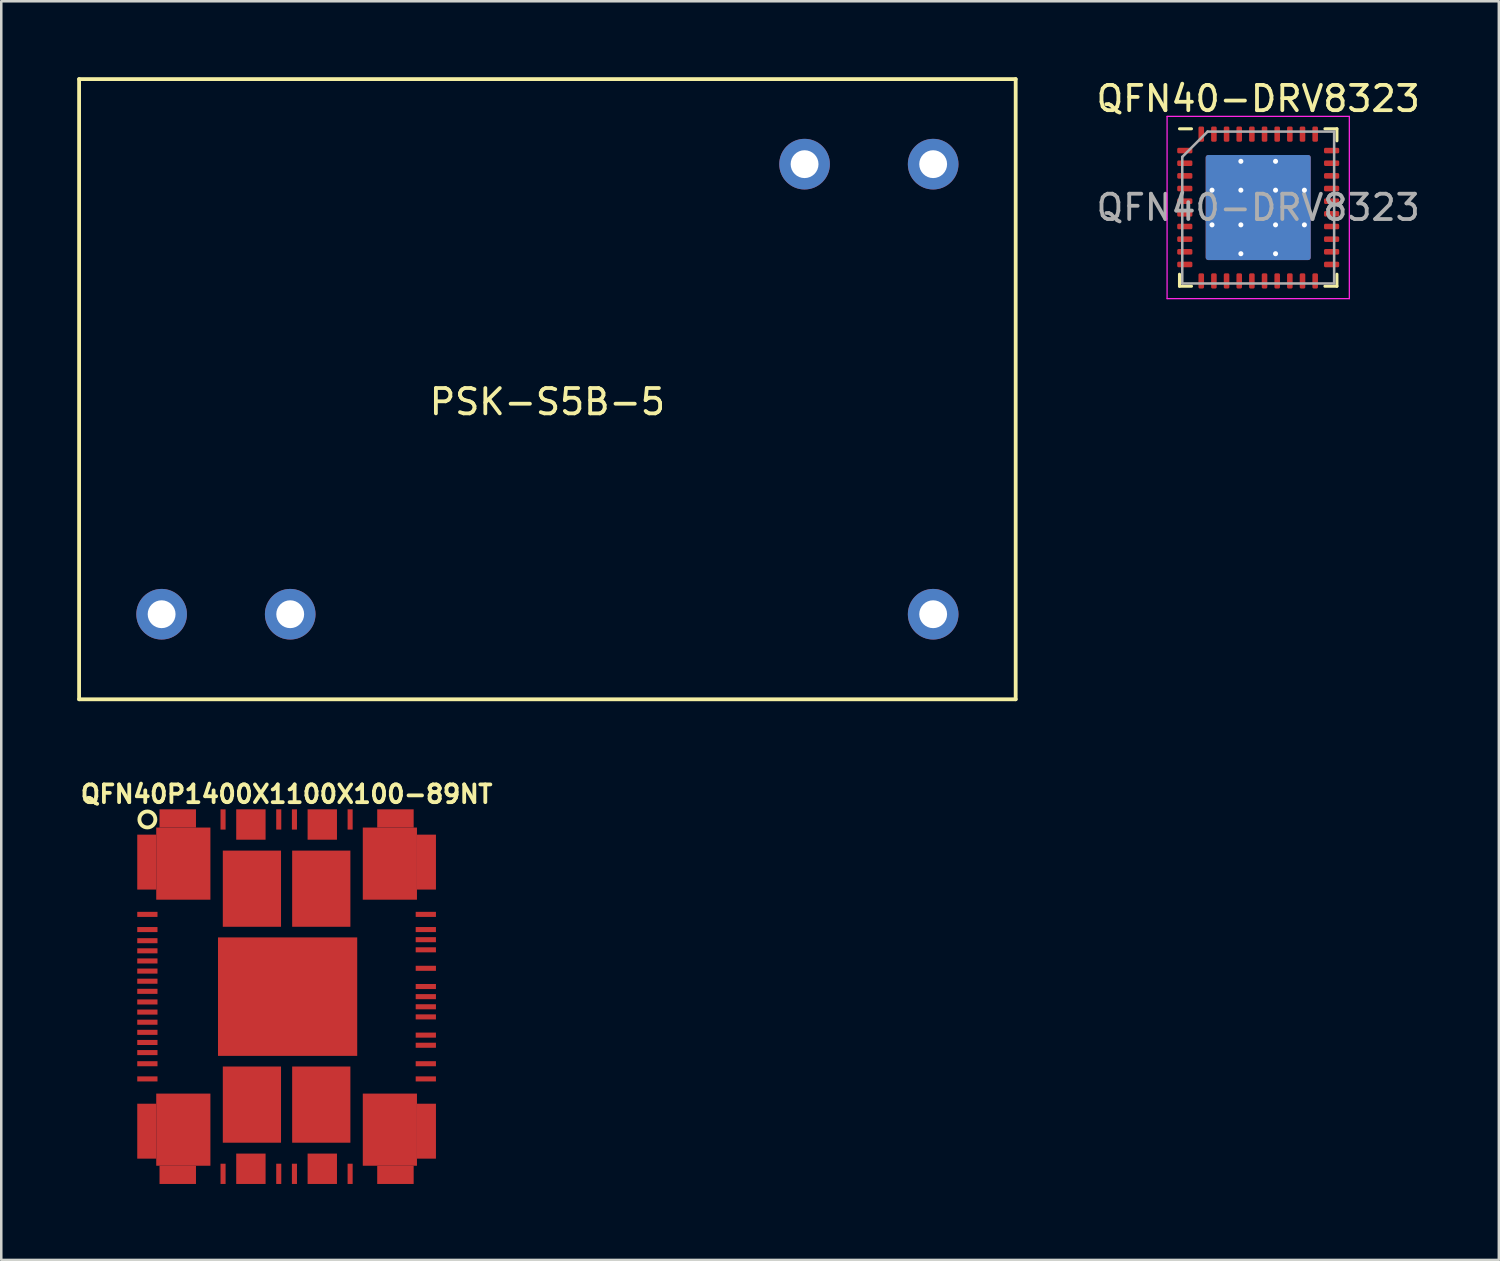
<source format=kicad_pcb>
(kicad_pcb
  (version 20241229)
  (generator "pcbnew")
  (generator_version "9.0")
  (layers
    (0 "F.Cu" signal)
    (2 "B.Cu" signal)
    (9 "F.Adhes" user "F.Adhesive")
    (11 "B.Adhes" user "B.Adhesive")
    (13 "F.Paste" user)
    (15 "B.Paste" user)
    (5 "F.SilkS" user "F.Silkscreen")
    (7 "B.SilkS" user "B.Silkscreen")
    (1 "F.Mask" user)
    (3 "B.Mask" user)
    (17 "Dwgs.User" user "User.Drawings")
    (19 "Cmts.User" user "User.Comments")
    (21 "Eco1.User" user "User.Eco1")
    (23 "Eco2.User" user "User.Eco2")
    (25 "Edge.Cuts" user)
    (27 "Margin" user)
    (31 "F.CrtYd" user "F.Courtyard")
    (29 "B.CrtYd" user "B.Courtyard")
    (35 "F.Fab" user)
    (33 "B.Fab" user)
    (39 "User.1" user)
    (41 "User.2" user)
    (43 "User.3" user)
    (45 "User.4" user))
  (footprint "QFN40P1400X1100X100-89NT"
    (layer "F.Cu")
    (at 8.272 36.323)
    (property "Reference" "QFN40P1400X1100X100-89NT" (at 0 -8 0) (layer "F.SilkS") (effects (font (size 0.7 0.7) (thickness 0.15))))
    (attr through_hole)
    (fp_circle (center -5.5 -7) (end -5.4 -6.7) (stroke (width 0.152) (type solid)) (fill no) (layer "F.SilkS"))
    (pad "7" smd rect (at -5.5 -3.25) (size 0.8 0.2) (layers "F.Cu" "F.Mask" "F.Paste"))
    (pad "8" smd rect (at -5.5 -2.65) (size 0.8 0.2) (layers "F.Cu" "F.Mask" "F.Paste"))
    (pad "9" smd rect (at -5.5 -2.21) (size 0.8 0.2) (layers "F.Cu" "F.Mask" "F.Paste"))
    (pad "10" smd rect (at -5.5 -1.81) (size 0.8 0.2) (layers "F.Cu" "F.Mask" "F.Paste"))
    (pad "11" smd rect (at -5.5 -1.41) (size 0.8 0.2) (layers "F.Cu" "F.Mask" "F.Paste"))
    (pad "12" smd rect (at -5.5 -1.01) (size 0.8 0.2) (layers "F.Cu" "F.Mask" "F.Paste"))
    (pad "13" smd rect (at -5.5 -0.61) (size 0.8 0.2) (layers "F.Cu" "F.Mask" "F.Paste"))
    (pad "14" smd rect (at -5.5 -0.21) (size 0.8 0.2) (layers "F.Cu" "F.Mask" "F.Paste"))
    (pad "15" smd rect (at -5.5 0.21) (size 0.8 0.2) (layers "F.Cu" "F.Mask" "F.Paste"))
    (pad "16" smd rect (at -5.5 0.61) (size 0.8 0.2) (layers "F.Cu" "F.Mask" "F.Paste"))
    (pad "17" smd rect (at -5.5 1.01) (size 0.8 0.2) (layers "F.Cu" "F.Mask" "F.Paste"))
    (pad "18" smd rect (at -5.5 1.41) (size 0.8 0.2) (layers "F.Cu" "F.Mask" "F.Paste"))
    (pad "19" smd rect (at -5.5 1.81) (size 0.8 0.2) (layers "F.Cu" "F.Mask" "F.Paste"))
    (pad "20" smd rect (at -5.5 2.21) (size 0.8 0.2) (layers "F.Cu" "F.Mask" "F.Paste"))
    (pad "21" smd rect (at -5.5 2.65) (size 0.8 0.2) (layers "F.Cu" "F.Mask" "F.Paste"))
    (pad "22" smd rect (at -5.5 3.25) (size 0.8 0.2) (layers "F.Cu" "F.Mask" "F.Paste"))
    (pad "33" smd rect (at -2.51 7) (size 0.2 0.8) (layers "F.Cu" "F.Mask" "F.Paste"))
    (pad "37" smd rect (at -0.31 7) (size 0.2 0.8) (layers "F.Cu" "F.Mask" "F.Paste"))
    (pad "38" smd rect (at 0.31 7) (size 0.2 0.8) (layers "F.Cu" "F.Mask" "F.Paste"))
    (pad "42" smd rect (at 2.51 7) (size 0.2 0.8) (layers "F.Cu" "F.Mask" "F.Paste"))
    (pad "53" smd rect (at 5.5 3.25) (size 0.8 0.2) (layers "F.Cu" "F.Mask" "F.Paste"))
    (pad "54" smd rect (at 5.5 2.65) (size 0.8 0.2) (layers "F.Cu" "F.Mask" "F.Paste"))
    (pad "55" smd rect (at 5.5 1.92) (size 0.8 0.2) (layers "F.Cu" "F.Mask" "F.Paste"))
    (pad "56" smd rect (at 5.5 1.52) (size 0.8 0.2) (layers "F.Cu" "F.Mask" "F.Paste"))
    (pad "57" smd rect (at 5.5 0.8) (size 0.8 0.2) (layers "F.Cu" "F.Mask" "F.Paste"))
    (pad "58" smd rect (at 5.5 0.4) (size 0.8 0.2) (layers "F.Cu" "F.Mask" "F.Paste"))
    (pad "59" smd rect (at 5.5 0) (size 0.8 0.2) (layers "F.Cu" "F.Mask" "F.Paste"))
    (pad "60" smd rect (at 5.5 -0.4) (size 0.8 0.2) (layers "F.Cu" "F.Mask" "F.Paste"))
    (pad "61" smd rect (at 5.5 -1.12) (size 0.8 0.2) (layers "F.Cu" "F.Mask" "F.Paste"))
    (pad "62" smd rect (at 5.5 -1.85) (size 0.8 0.2) (layers "F.Cu" "F.Mask" "F.Paste"))
    (pad "63" smd rect (at 5.5 -2.25) (size 0.8 0.2) (layers "F.Cu" "F.Mask" "F.Paste"))
    (pad "64" smd rect (at 5.5 -2.65) (size 0.8 0.2) (layers "F.Cu" "F.Mask" "F.Paste"))
    (pad "65" smd rect (at 5.5 -3.25) (size 0.8 0.2) (layers "F.Cu" "F.Mask" "F.Paste"))
    (pad "76" smd rect (at 2.51 -7) (size 0.2 0.8) (layers "F.Cu" "F.Mask" "F.Paste"))
    (pad "80" smd rect (at 0.31 -7) (size 0.2 0.8) (layers "F.Cu" "F.Mask" "F.Paste"))
    (pad "81" smd rect (at -0.31 -7) (size 0.2 0.8) (layers "F.Cu" "F.Mask" "F.Paste"))
    (pad "82" smd rect (at -2.51 -7) (size 0.2 0.8) (layers "F.Cu" "F.Mask" "F.Paste"))
    (pad "EP1" smd rect (at -5.525 -5.315) (size 0.75 2.17) (layers "F.Cu" "F.Mask" "F.Paste"))
    (pad "EP1" smd rect (at -4.3 -7.04) (size 1.44 0.72) (layers "F.Cu" "F.Mask" "F.Paste"))
    (pad "EP1" smd rect (at -4.08 -5.255) (size 2.14 2.85) (layers "F.Cu" "F.Mask" "F.Paste"))
    (pad "EP2" smd rect (at -5.525 5.315) (size 0.75 2.17) (layers "F.Cu" "F.Mask" "F.Paste"))
    (pad "EP2" smd rect (at -4.3 7.04) (size 1.44 0.72) (layers "F.Cu" "F.Mask" "F.Paste"))
    (pad "EP2" smd rect (at -4.08 5.255) (size 2.14 2.85) (layers "F.Cu" "F.Mask" "F.Paste"))
    (pad "EP3" smd rect (at -1.37 4.265) (size 2.3 3.01) (layers "F.Cu" "F.Mask" "F.Paste"))
    (pad "EP4" smd rect (at 1.37 4.265) (size 2.3 3.01) (layers "F.Cu" "F.Mask" "F.Paste"))
    (pad "EP5" smd rect (at 4.08 5.255) (size 2.14 2.85) (layers "F.Cu" "F.Mask" "F.Paste"))
    (pad "EP5" smd rect (at 4.3 7.04) (size 1.44 0.72) (layers "F.Cu" "F.Mask" "F.Paste"))
    (pad "EP5" smd rect (at 5.525 5.315) (size 0.75 2.17) (layers "F.Cu" "F.Mask" "F.Paste"))
    (pad "EP6" smd rect (at 4.08 -5.255) (size 2.14 2.85) (layers "F.Cu" "F.Mask" "F.Paste"))
    (pad "EP6" smd rect (at 4.3 -7.04) (size 1.44 0.72) (layers "F.Cu" "F.Mask" "F.Paste"))
    (pad "EP6" smd rect (at 5.525 -5.315) (size 0.75 2.17) (layers "F.Cu" "F.Mask" "F.Paste"))
    (pad "EP7" smd rect (at 1.37 -4.265) (size 2.3 3.01) (layers "F.Cu" "F.Mask" "F.Paste"))
    (pad "EP8" smd rect (at -1.37 -4.265) (size 2.3 3.01) (layers "F.Cu" "F.Mask" "F.Paste"))
    (pad "EP9" smd rect (at 0.04 0) (size 5.5 4.68) (layers "F.Cu" "F.Mask" "F.Paste"))
    (pad "EP10" smd rect (at -1.41 6.8) (size 1.16 1.2) (layers "F.Cu" "F.Mask" "F.Paste"))
    (pad "EP11" smd rect (at 1.41 6.8) (size 1.16 1.2) (layers "F.Cu" "F.Mask" "F.Paste"))
    (pad "EP12" smd rect (at 1.41 -6.8) (size 1.16 1.2) (layers "F.Cu" "F.Mask" "F.Paste"))
    (pad "EP13" smd rect (at -1.41 -6.8) (size 1.16 1.2) (layers "F.Cu" "F.Mask" "F.Paste")))
  (footprint "PSK-S5B-5"
    (layer "F.Cu")
    (at 18.575 12.325)
    (property "Reference" "PSK-S5B-5" (at 0 0.5 0) (layer "F.SilkS") (effects (font (size 1 1) (thickness 0.15))))
    (attr through_hole)
    (fp_line (start -18.5 -12.25) (end -18.5 12.25) (stroke (width 0.15) (type solid)) (layer "F.SilkS"))
    (fp_line (start -18.5 -12.25) (end 18.5 -12.25) (stroke (width 0.15) (type solid)) (layer "F.SilkS"))
    (fp_line (start -18.5 12.25) (end 18.5 12.25) (stroke (width 0.15) (type solid)) (layer "F.SilkS"))
    (fp_line (start 18.5 -12.25) (end 18.5 12.25) (stroke (width 0.15) (type solid)) (layer "F.SilkS"))
    (pad "1" thru_hole circle (at -15.24 8.89) (size 2 2) (drill 1.1) (layers "*.Cu" "*.Mask"))
    (pad "3" thru_hole circle (at -10.16 8.89) (size 2 2) (drill 1.1) (layers "*.Cu" "*.Mask"))
    (pad "13" thru_hole circle (at 15.24 8.89) (size 2 2) (drill 1.1) (layers "*.Cu" "*.Mask"))
    (pad "14" thru_hole circle (at 15.24 -8.89) (size 2 2) (drill 1.1) (layers "*.Cu" "*.Mask"))
    (pad "16" thru_hole circle (at 10.16 -8.89) (size 2 2) (drill 1.1) (layers "*.Cu" "*.Mask")))
  (footprint "QFN40-DRV8323"
    (layer "F.Cu")
    (at 46.656 5.148)
    (property "Reference" "QFN40-DRV8323" (at 0 -4.3 0) (layer "F.SilkS") (effects (font (size 1 1) (thickness 0.15))))
    (attr smd)
    (fp_line (start -3.11 3.11) (end -3.11 2.635) (stroke (width 0.12) (type solid)) (layer "F.SilkS"))
    (fp_line (start -2.635 -3.11) (end -3.11 -3.11) (stroke (width 0.12) (type solid)) (layer "F.SilkS"))
    (fp_line (start -2.635 3.11) (end -3.11 3.11) (stroke (width 0.12) (type solid)) (layer "F.SilkS"))
    (fp_line (start 2.635 -3.11) (end 3.11 -3.11) (stroke (width 0.12) (type solid)) (layer "F.SilkS"))
    (fp_line (start 2.635 3.11) (end 3.11 3.11) (stroke (width 0.12) (type solid)) (layer "F.SilkS"))
    (fp_line (start 3.11 -3.11) (end 3.11 -2.635) (stroke (width 0.12) (type solid)) (layer "F.SilkS"))
    (fp_line (start 3.11 3.11) (end 3.11 2.635) (stroke (width 0.12) (type solid)) (layer "F.SilkS"))
    (fp_line (start -3.6 -3.6) (end -3.6 3.6) (stroke (width 0.05) (type solid)) (layer "F.CrtYd"))
    (fp_line (start -3.6 3.6) (end 3.6 3.6) (stroke (width 0.05) (type solid)) (layer "F.CrtYd"))
    (fp_line (start 3.6 -3.6) (end -3.6 -3.6) (stroke (width 0.05) (type solid)) (layer "F.CrtYd"))
    (fp_line (start 3.6 3.6) (end 3.6 -3.6) (stroke (width 0.05) (type solid)) (layer "F.CrtYd"))
    (fp_line (start -3 -2) (end -2 -3) (stroke (width 0.1) (type solid)) (layer "F.Fab"))
    (fp_line (start -3 3) (end -3 -2) (stroke (width 0.1) (type solid)) (layer "F.Fab"))
    (fp_line (start -2 -3) (end 3 -3) (stroke (width 0.1) (type solid)) (layer "F.Fab"))
    (fp_line (start 3 -3) (end 3 3) (stroke (width 0.1) (type solid)) (layer "F.Fab"))
    (fp_line (start 3 3) (end -3 3) (stroke (width 0.1) (type solid)) (layer "F.Fab"))
    (fp_text user "${REFERENCE}" (at 0 0 0) (layer "F.Fab") (effects (font (size 1 1) (thickness 0.15))))
    (pad "" smd custom (at -1.255 -1.255) (size 0.7 0.7) (layers "F.Paste") (options (anchor circle)) (primitives (gr_poly (pts (xy 0.397 -0.295) (xy 0.397 0.295) (xy 0.295 0.397) (xy -0.295 0.397) (xy -0.397 0.295) (xy -0.397 -0.295) (xy -0.295 -0.397) (xy 0.295 -0.397)) (width 0.245) (fill yes))))
    (pad "" smd custom (at -1.255 0) (size 0.7 0.7) (layers "F.Paste") (options (anchor circle)) (primitives (gr_poly (pts (xy 0.397 -0.295) (xy 0.397 0.295) (xy 0.295 0.397) (xy -0.295 0.397) (xy -0.397 0.295) (xy -0.397 -0.295) (xy -0.295 -0.397) (xy 0.295 -0.397)) (width 0.245) (fill yes))))
    (pad "" smd custom (at -1.255 1.255) (size 0.7 0.7) (layers "F.Paste") (options (anchor circle)) (primitives (gr_poly (pts (xy 0.397 -0.295) (xy 0.397 0.295) (xy 0.295 0.397) (xy -0.295 0.397) (xy -0.397 0.295) (xy -0.397 -0.295) (xy -0.295 -0.397) (xy 0.295 -0.397)) (width 0.245) (fill yes))))
    (pad "" smd custom (at 0 -1.255) (size 0.7 0.7) (layers "F.Paste") (options (anchor circle)) (primitives (gr_poly (pts (xy 0.397 -0.295) (xy 0.397 0.295) (xy 0.295 0.397) (xy -0.295 0.397) (xy -0.397 0.295) (xy -0.397 -0.295) (xy -0.295 -0.397) (xy 0.295 -0.397)) (width 0.245) (fill yes))))
    (pad "" smd custom (at 0 0) (size 0.7 0.7) (layers "F.Paste") (options (anchor circle)) (primitives (gr_poly (pts (xy 0.397 -0.295) (xy 0.397 0.295) (xy 0.295 0.397) (xy -0.295 0.397) (xy -0.397 0.295) (xy -0.397 -0.295) (xy -0.295 -0.397) (xy 0.295 -0.397)) (width 0.245) (fill yes))))
    (pad "" smd custom (at 0 1.255) (size 0.7 0.7) (layers "F.Paste") (options (anchor circle)) (primitives (gr_poly (pts (xy 0.397 -0.295) (xy 0.397 0.295) (xy 0.295 0.397) (xy -0.295 0.397) (xy -0.397 0.295) (xy -0.397 -0.295) (xy -0.295 -0.397) (xy 0.295 -0.397)) (width 0.245) (fill yes))))
    (pad "" smd custom (at 1.255 -1.255) (size 0.7 0.7) (layers "F.Paste") (options (anchor circle)) (primitives (gr_poly (pts (xy 0.397 -0.295) (xy 0.397 0.295) (xy 0.295 0.397) (xy -0.295 0.397) (xy -0.397 0.295) (xy -0.397 -0.295) (xy -0.295 -0.397) (xy 0.295 -0.397)) (width 0.245) (fill yes))))
    (pad "" smd custom (at 1.255 0) (size 0.7 0.7) (layers "F.Paste") (options (anchor circle)) (primitives (gr_poly (pts (xy 0.397 -0.295) (xy 0.397 0.295) (xy 0.295 0.397) (xy -0.295 0.397) (xy -0.397 0.295) (xy -0.397 -0.295) (xy -0.295 -0.397) (xy 0.295 -0.397)) (width 0.245) (fill yes))))
    (pad "" smd custom (at 1.255 1.255) (size 0.7 0.7) (layers "F.Paste") (options (anchor circle)) (primitives (gr_poly (pts (xy 0.397 -0.295) (xy 0.397 0.295) (xy 0.295 0.397) (xy -0.295 0.397) (xy -0.397 0.295) (xy -0.397 -0.295) (xy -0.295 -0.397) (xy 0.295 -0.397)) (width 0.245) (fill yes))))
    (pad "1" smd roundrect (at -2.9 -2.25) (size 0.6 0.22) (layers "F.Cu" "F.Mask" "F.Paste") (roundrect_rratio 0.25))
    (pad "2" smd roundrect (at -2.9 -1.75) (size 0.6 0.22) (layers "F.Cu" "F.Mask" "F.Paste") (roundrect_rratio 0.25))
    (pad "3" smd roundrect (at -2.9 -1.25) (size 0.6 0.22) (layers "F.Cu" "F.Mask" "F.Paste") (roundrect_rratio 0.25))
    (pad "4" smd roundrect (at -2.9 -0.75) (size 0.6 0.22) (layers "F.Cu" "F.Mask" "F.Paste") (roundrect_rratio 0.25))
    (pad "5" smd roundrect (at -2.9 -0.25) (size 0.6 0.22) (layers "F.Cu" "F.Mask" "F.Paste") (roundrect_rratio 0.25))
    (pad "6" smd roundrect (at -2.9 0.25) (size 0.6 0.22) (layers "F.Cu" "F.Mask" "F.Paste") (roundrect_rratio 0.25))
    (pad "7" smd roundrect (at -2.9 0.75) (size 0.6 0.22) (layers "F.Cu" "F.Mask" "F.Paste") (roundrect_rratio 0.25))
    (pad "8" smd roundrect (at -2.9 1.25) (size 0.6 0.22) (layers "F.Cu" "F.Mask" "F.Paste") (roundrect_rratio 0.25))
    (pad "9" smd roundrect (at -2.9 1.75) (size 0.6 0.22) (layers "F.Cu" "F.Mask" "F.Paste") (roundrect_rratio 0.25))
    (pad "10" smd roundrect (at -2.9 2.25) (size 0.6 0.22) (layers "F.Cu" "F.Mask" "F.Paste") (roundrect_rratio 0.25))
    (pad "11" smd roundrect (at -2.25 2.9) (size 0.22 0.6) (layers "F.Cu" "F.Mask" "F.Paste") (roundrect_rratio 0.25))
    (pad "12" smd roundrect (at -1.75 2.9) (size 0.22 0.6) (layers "F.Cu" "F.Mask" "F.Paste") (roundrect_rratio 0.25))
    (pad "13" smd roundrect (at -1.25 2.9) (size 0.22 0.6) (layers "F.Cu" "F.Mask" "F.Paste") (roundrect_rratio 0.25))
    (pad "14" smd roundrect (at -0.75 2.9) (size 0.22 0.6) (layers "F.Cu" "F.Mask" "F.Paste") (roundrect_rratio 0.25))
    (pad "15" smd roundrect (at -0.25 2.9) (size 0.22 0.6) (layers "F.Cu" "F.Mask" "F.Paste") (roundrect_rratio 0.25))
    (pad "16" smd roundrect (at 0.25 2.9) (size 0.22 0.6) (layers "F.Cu" "F.Mask" "F.Paste") (roundrect_rratio 0.25))
    (pad "17" smd roundrect (at 0.75 2.9) (size 0.22 0.6) (layers "F.Cu" "F.Mask" "F.Paste") (roundrect_rratio 0.25))
    (pad "18" smd roundrect (at 1.25 2.9) (size 0.22 0.6) (layers "F.Cu" "F.Mask" "F.Paste") (roundrect_rratio 0.25))
    (pad "19" smd roundrect (at 1.75 2.9) (size 0.22 0.6) (layers "F.Cu" "F.Mask" "F.Paste") (roundrect_rratio 0.25))
    (pad "20" smd roundrect (at 2.25 2.9) (size 0.22 0.6) (layers "F.Cu" "F.Mask" "F.Paste") (roundrect_rratio 0.25))
    (pad "21" smd roundrect (at 2.9 2.25) (size 0.6 0.22) (layers "F.Cu" "F.Mask" "F.Paste") (roundrect_rratio 0.25))
    (pad "22" smd roundrect (at 2.9 1.75) (size 0.6 0.22) (layers "F.Cu" "F.Mask" "F.Paste") (roundrect_rratio 0.25))
    (pad "23" smd roundrect (at 2.9 1.25) (size 0.6 0.22) (layers "F.Cu" "F.Mask" "F.Paste") (roundrect_rratio 0.25))
    (pad "24" smd roundrect (at 2.9 0.75) (size 0.6 0.22) (layers "F.Cu" "F.Mask" "F.Paste") (roundrect_rratio 0.25))
    (pad "25" smd roundrect (at 2.9 0.25) (size 0.6 0.22) (layers "F.Cu" "F.Mask" "F.Paste") (roundrect_rratio 0.25))
    (pad "26" smd roundrect (at 2.9 -0.25) (size 0.6 0.22) (layers "F.Cu" "F.Mask" "F.Paste") (roundrect_rratio 0.25))
    (pad "27" smd roundrect (at 2.9 -0.75) (size 0.6 0.22) (layers "F.Cu" "F.Mask" "F.Paste") (roundrect_rratio 0.25))
    (pad "28" smd roundrect (at 2.9 -1.25) (size 0.6 0.22) (layers "F.Cu" "F.Mask" "F.Paste") (roundrect_rratio 0.25))
    (pad "29" smd roundrect (at 2.9 -1.75) (size 0.6 0.22) (layers "F.Cu" "F.Mask" "F.Paste") (roundrect_rratio 0.25))
    (pad "30" smd roundrect (at 2.9 -2.25) (size 0.6 0.22) (layers "F.Cu" "F.Mask" "F.Paste") (roundrect_rratio 0.25))
    (pad "31" smd roundrect (at 2.25 -2.9) (size 0.22 0.6) (layers "F.Cu" "F.Mask" "F.Paste") (roundrect_rratio 0.25))
    (pad "32" smd roundrect (at 1.75 -2.9) (size 0.22 0.6) (layers "F.Cu" "F.Mask" "F.Paste") (roundrect_rratio 0.25))
    (pad "33" smd roundrect (at 1.25 -2.9) (size 0.22 0.6) (layers "F.Cu" "F.Mask" "F.Paste") (roundrect_rratio 0.25))
    (pad "34" smd roundrect (at 0.75 -2.9) (size 0.22 0.6) (layers "F.Cu" "F.Mask" "F.Paste") (roundrect_rratio 0.25))
    (pad "35" smd roundrect (at 0.25 -2.9) (size 0.22 0.6) (layers "F.Cu" "F.Mask" "F.Paste") (roundrect_rratio 0.25))
    (pad "36" smd roundrect (at -0.25 -2.9) (size 0.22 0.6) (layers "F.Cu" "F.Mask" "F.Paste") (roundrect_rratio 0.25))
    (pad "37" smd roundrect (at -0.75 -2.9) (size 0.22 0.6) (layers "F.Cu" "F.Mask" "F.Paste") (roundrect_rratio 0.25))
    (pad "38" smd roundrect (at -1.25 -2.9) (size 0.22 0.6) (layers "F.Cu" "F.Mask" "F.Paste") (roundrect_rratio 0.25))
    (pad "39" smd roundrect (at -1.75 -2.9) (size 0.22 0.6) (layers "F.Cu" "F.Mask" "F.Paste") (roundrect_rratio 0.25))
    (pad "40" smd roundrect (at -2.25 -2.9) (size 0.22 0.6) (layers "F.Cu" "F.Mask" "F.Paste") (roundrect_rratio 0.25))
    (pad "41" thru_hole circle (at -1.825 -0.685) (size 0.4 0.4) (drill 0.2) (layers "*.Cu"))
    (pad "41" thru_hole circle (at -1.825 0.685) (size 0.4 0.4) (drill 0.2) (layers "*.Cu"))
    (pad "41" thru_hole circle (at -0.685 -1.825) (size 0.4 0.4) (drill 0.2) (layers "*.Cu"))
    (pad "41" thru_hole circle (at -0.685 -0.685) (size 0.4 0.4) (drill 0.2) (layers "*.Cu"))
    (pad "41" thru_hole circle (at -0.685 0.685) (size 0.4 0.4) (drill 0.2) (layers "*.Cu"))
    (pad "41" thru_hole circle (at -0.685 1.825) (size 0.4 0.4) (drill 0.2) (layers "*.Cu"))
    (pad "41" smd roundrect (at 0 0) (size 4.15 4.15) (layers "F.Cu" "F.Mask") (roundrect_rratio 0.024))
    (pad "41" smd roundrect (at 0 0) (size 4.15 4.15) (layers "B.Cu") (roundrect_rratio 0.024))
    (pad "41" thru_hole circle (at 0.685 -1.825) (size 0.4 0.4) (drill 0.2) (layers "*.Cu"))
    (pad "41" thru_hole circle (at 0.685 -0.685) (size 0.4 0.4) (drill 0.2) (layers "*.Cu"))
    (pad "41" thru_hole circle (at 0.685 0.685) (size 0.4 0.4) (drill 0.2) (layers "*.Cu"))
    (pad "41" thru_hole circle (at 0.685 1.825) (size 0.4 0.4) (drill 0.2) (layers "*.Cu"))
    (pad "41" thru_hole circle (at 1.825 -0.685) (size 0.4 0.4) (drill 0.2) (layers "*.Cu"))
    (pad "41" thru_hole circle (at 1.825 0.685) (size 0.4 0.4) (drill 0.2) (layers "*.Cu")))
  (gr_rect
    (start -3 -3)
    (end 56.162 46.723)
    (stroke (width 0.1) (type default))
    (fill no)
    (layer "Edge.Cuts")))
</source>
